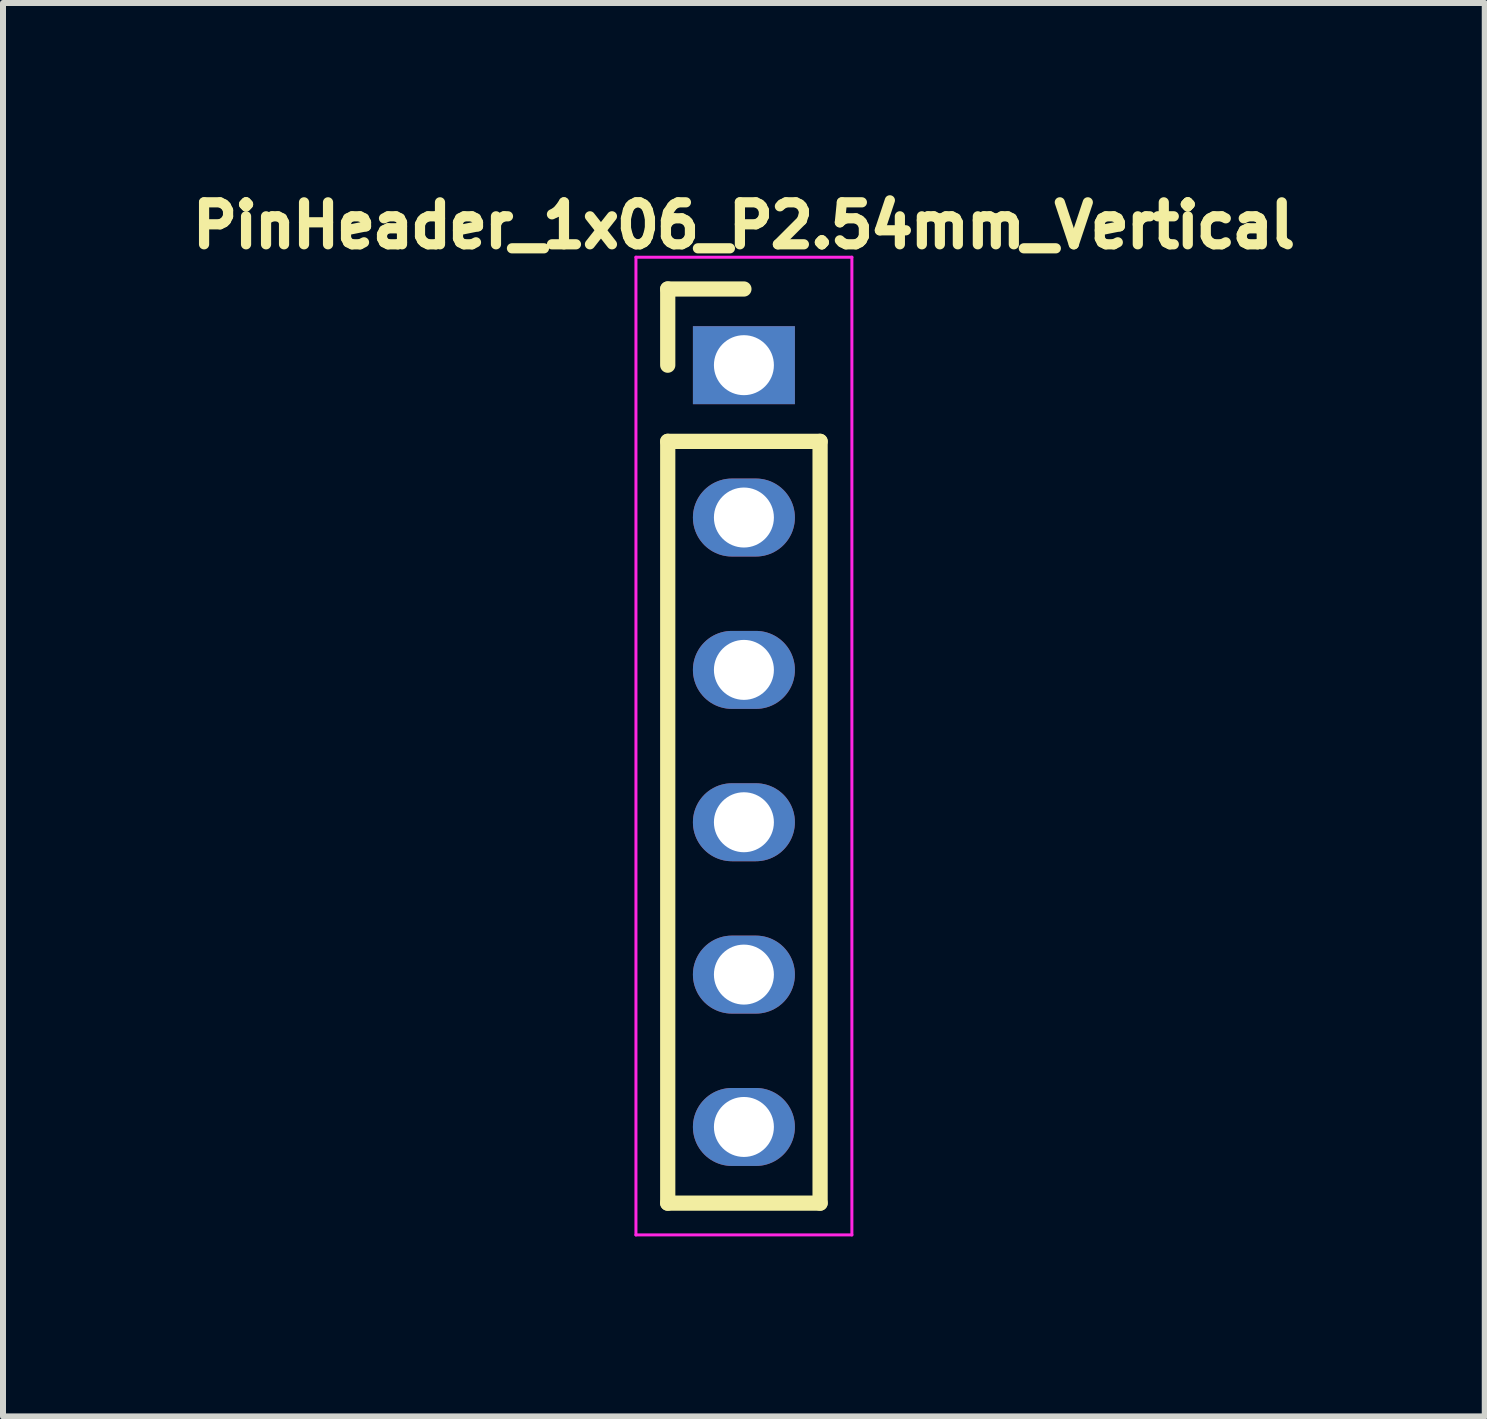
<source format=kicad_pcb>
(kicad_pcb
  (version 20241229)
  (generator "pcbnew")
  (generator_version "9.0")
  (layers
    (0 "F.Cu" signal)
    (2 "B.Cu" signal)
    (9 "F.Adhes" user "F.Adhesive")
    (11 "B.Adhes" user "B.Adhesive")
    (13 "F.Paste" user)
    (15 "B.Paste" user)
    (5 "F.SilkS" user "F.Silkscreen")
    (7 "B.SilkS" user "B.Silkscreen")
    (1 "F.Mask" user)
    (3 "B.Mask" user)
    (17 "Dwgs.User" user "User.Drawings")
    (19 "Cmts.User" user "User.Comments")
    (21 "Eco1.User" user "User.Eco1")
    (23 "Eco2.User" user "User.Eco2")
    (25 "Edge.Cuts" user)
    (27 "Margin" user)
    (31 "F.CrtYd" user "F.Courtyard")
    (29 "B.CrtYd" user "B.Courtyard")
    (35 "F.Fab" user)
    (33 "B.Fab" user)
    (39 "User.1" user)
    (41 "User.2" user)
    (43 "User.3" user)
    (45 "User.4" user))
  (footprint "PinHeader_1x06_P2.54mm_Vertical"
    (layer "F.Cu")
    (at 9.352 9.388)
    (property "Reference" "PinHeader_1x06_P2.54mm_Vertical" (at 0 -8.68 0) (layer "F.SilkS") (effects (font (size 0.7 0.7) (thickness 0.17))))
    (attr through_hole)
    (fp_line (start -1.27 -7.62) (end 0 -7.62) (stroke (width 0.254) (type solid)) (layer "F.SilkS"))
    (fp_line (start -1.27 -6.35) (end -1.27 -7.62) (stroke (width 0.254) (type solid)) (layer "F.SilkS"))
    (fp_line (start -1.27 -5.08) (end -1.27 7.62) (stroke (width 0.254) (type solid)) (layer "F.SilkS"))
    (fp_line (start -1.27 -5.08) (end 1.27 -5.08) (stroke (width 0.254) (type solid)) (layer "F.SilkS"))
    (fp_line (start -1.27 7.62) (end 1.27 7.62) (stroke (width 0.254) (type solid)) (layer "F.SilkS"))
    (fp_line (start 1.27 -5.08) (end 1.27 7.62) (stroke (width 0.254) (type solid)) (layer "F.SilkS"))
    (fp_line (start -1.27 0) (end 1.27 0) (stroke (width 0.254) (type solid)) (layer "Eco1.User"))
    (fp_line (start 0 -1.27) (end 0 1.27) (stroke (width 0.254) (type solid)) (layer "Eco1.User"))
    (fp_line (start -1.8 -8.15) (end -1.8 8.15) (stroke (width 0.05) (type solid)) (layer "F.CrtYd"))
    (fp_line (start -1.8 8.15) (end 1.8 8.15) (stroke (width 0.05) (type solid)) (layer "F.CrtYd"))
    (fp_line (start 1.8 -8.15) (end -1.8 -8.15) (stroke (width 0.05) (type solid)) (layer "F.CrtYd"))
    (fp_line (start 1.8 8.15) (end 1.8 -8.15) (stroke (width 0.05) (type solid)) (layer "F.CrtYd"))
    (pad "1" thru_hole rect (at 0 -6.35) (size 1.7 1.3) (drill 1) (layers "*.Cu" "*.Mask"))
    (pad "2" thru_hole oval (at 0 -3.81) (size 1.7 1.3) (drill 1) (layers "*.Cu" "*.Mask"))
    (pad "3" thru_hole oval (at 0 -1.27) (size 1.7 1.3) (drill 1) (layers "*.Cu" "*.Mask"))
    (pad "4" thru_hole oval (at 0 1.27) (size 1.7 1.3) (drill 1) (layers "*.Cu" "*.Mask"))
    (pad "5" thru_hole oval (at 0 3.81) (size 1.7 1.3) (drill 1) (layers "*.Cu" "*.Mask"))
    (pad "6" thru_hole oval (at 0 6.35) (size 1.7 1.3) (drill 1) (layers "*.Cu" "*.Mask")))
  (gr_rect
    (start -3 -3)
    (end 21.703 20.563)
    (stroke (width 0.1) (type default))
    (fill no)
    (layer "Edge.Cuts")))
</source>
